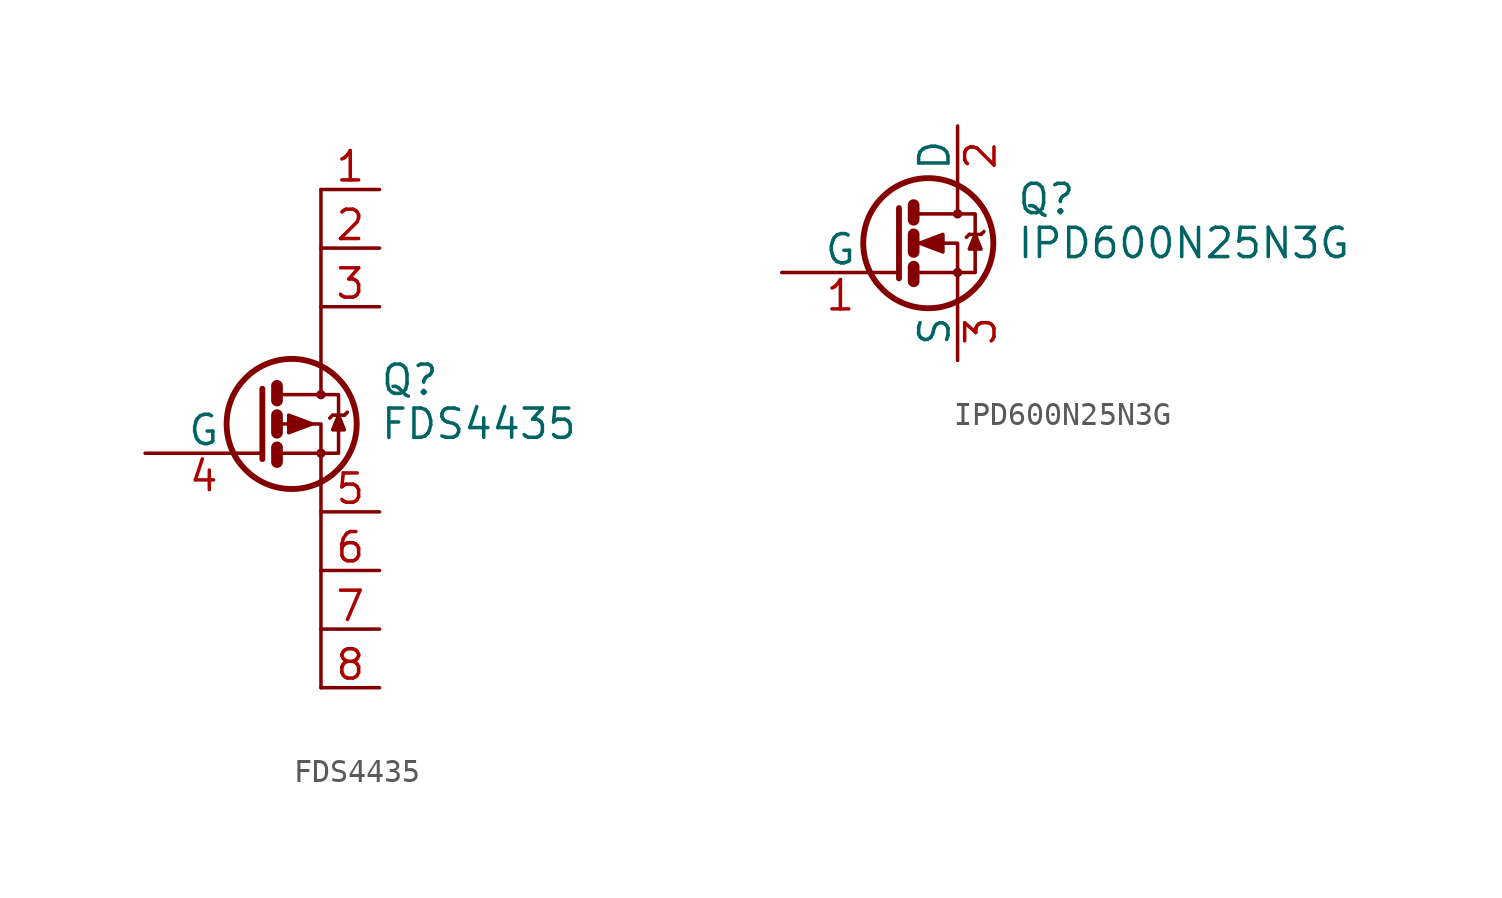
<source format=kicad_sym>
(kicad_symbol_lib
  (version 20211014)
  (generator kicad_symbol_editor)
  (symbol "FDS4435"
    (pin_names
      (offset 0))
    (property "Reference" "Q"
      (at 5.08 1.905 0)
      (effects (font (size 1.27 1.27)) (justify left)))
    (property "Value" "FDS4435"
      (at 5.08 0 0)
      (effects (font (size 1.27 1.27)) (justify left)))
    (symbol "FDS4435_0_1"
      (polyline (pts (xy 0.635 -1.016) (xy 0.635 -1.651)) (stroke (width 0.508) (type default) (color 0 0 0 0)) (fill (type none)))
      (polyline (pts (xy 0.635 0.381) (xy 0.635 -0.381)) (stroke (width 0.508) (type default) (color 0 0 0 0)) (fill (type none)))
      (polyline (pts (xy 0.635 1.651) (xy 0.635 1.016)) (stroke (width 0.508) (type default) (color 0 0 0 0)) (fill (type none)))
      (polyline (pts (xy 2.54 -11.43) (xy 2.54 -2.54)) (stroke (width 0) (type default) (color 0 0 0 0)) (fill (type none)))
      (polyline (pts (xy 2.54 10.16) (xy 2.54 2.54)) (stroke (width 0) (type default) (color 0 0 0 0)) (fill (type none)))
      (polyline (pts (xy 3.048 0.381) (xy 2.921 0.254)) (stroke (width 0) (type default) (color 0 0 0 0)) (fill (type none)))
      (polyline (pts (xy 3.048 0.381) (xy 3.556 0.381)) (stroke (width 0) (type default) (color 0 0 0 0)) (fill (type none)))
      (polyline (pts (xy 3.556 0.381) (xy 3.683 0.508)) (stroke (width 0) (type default) (color 0 0 0 0)) (fill (type none)))
      (polyline (pts (xy 0 1.524) (xy 0 -1.524) (xy 0 -1.524)) (stroke (width 0.254) (type default) (color 0 0 0 0)) (fill (type none)))
      (polyline (pts (xy 0.762 -1.27) (xy 2.54 -1.27) (xy 2.54 -2.54) (xy 2.54 -2.54)) (stroke (width 0) (type default) (color 0 0 0 0)) (fill (type none)))
      (polyline (pts (xy 0.762 1.27) (xy 2.54 1.27) (xy 2.54 2.54) (xy 2.54 2.54)) (stroke (width 0) (type default) (color 0 0 0 0)) (fill (type none)))
      (polyline (pts (xy 2.54 1.27) (xy 3.302 1.27) (xy 3.302 -1.27) (xy 2.54 -1.27)) (stroke (width 0) (type default) (color 0 0 0 0)) (fill (type none)))
      (polyline (pts (xy 3.302 0.381) (xy 3.048 -0.254) (xy 3.556 -0.254) (xy 3.302 0.381)) (stroke (width 0) (type default) (color 0 0 0 0)) (fill (type outline)))
      (polyline (pts (xy 0.762 0) (xy 1.27 0) (xy 2.54 0) (xy 2.54 -1.27) (xy 2.54 -1.27)) (stroke (width 0) (type default) (color 0 0 0 0)) (fill (type none)))
      (polyline (pts (xy 2.159 0) (xy 1.143 -0.381) (xy 1.143 0.381) (xy 2.159 0) (xy 2.032 0) (xy 2.032 0)) (stroke (width 0) (type default) (color 0 0 0 0)) (fill (type outline)))
      (circle (center 1.27 0) (radius 2.819) (stroke (width 0.254) (type default) (color 0 0 0 0)) (fill (type none)))
      (circle (center 2.54 -1.27) (radius 0.127) (stroke (width 0) (type default) (color 0 0 0 0)) (fill (type none)))
      (circle (center 2.54 1.27) (radius 0.127) (stroke (width 0) (type default) (color 0 0 0 0)) (fill (type none))))
    (symbol "FDS4435_1_1"
      (pin passive line (at 5.08 10.16 180) (length 2.54) (name "~" (effects (font (size 1.27 1.27)))) (number "1" (effects (font (size 1.27 1.27)))))
      (pin passive line (at 5.08 7.62 180) (length 2.54) (name "~" (effects (font (size 1.27 1.27)))) (number "2" (effects (font (size 1.27 1.27)))))
      (pin passive line (at 5.08 5.08 180) (length 2.54) (name "~" (effects (font (size 1.27 1.27)))) (number "3" (effects (font (size 1.27 1.27)))))
      (pin passive line (at -5.08 -1.27 0) (length 5.08) (name "G" (effects (font (size 1.27 1.27)))) (number "4" (effects (font (size 1.27 1.27)))))
      (pin passive line (at 5.08 -3.81 180) (length 2.54) (name "~" (effects (font (size 1.27 1.27)))) (number "5" (effects (font (size 1.27 1.27)))))
      (pin passive line (at 5.08 -6.35 180) (length 2.54) (name "~" (effects (font (size 1.27 1.27)))) (number "6" (effects (font (size 1.27 1.27)))))
      (pin passive line (at 5.08 -8.89 180) (length 2.54) (name "~" (effects (font (size 1.27 1.27)))) (number "7" (effects (font (size 1.27 1.27)))))
      (pin passive line (at 5.08 -11.43 180) (length 2.54) (name "~" (effects (font (size 1.27 1.27)))) (number "8" (effects (font (size 1.27 1.27)))))))
  (symbol "IPD600N25N3G"
    (pin_names
      (offset 0))
    (property "Reference" "Q"
      (at 5.08 1.905 0)
      (effects (font (size 1.27 1.27)) (justify left)))
    (property "Value" "IPD600N25N3G"
      (at 5.08 0 0)
      (effects (font (size 1.27 1.27)) (justify left)))
    (symbol "IPD600N25N3G_0_1"
      (polyline (pts (xy 0.635 -1.016) (xy 0.635 -1.651)) (stroke (width 0.508) (type default) (color 0 0 0 0)) (fill (type none)))
      (polyline (pts (xy 0.635 0.381) (xy 0.635 -0.381)) (stroke (width 0.508) (type default) (color 0 0 0 0)) (fill (type none)))
      (polyline (pts (xy 0.635 1.651) (xy 0.635 1.016)) (stroke (width 0.508) (type default) (color 0 0 0 0)) (fill (type none)))
      (polyline (pts (xy 3.048 0.381) (xy 2.921 0.254)) (stroke (width 0) (type default) (color 0 0 0 0)) (fill (type none)))
      (polyline (pts (xy 3.048 0.381) (xy 3.556 0.381)) (stroke (width 0) (type default) (color 0 0 0 0)) (fill (type none)))
      (polyline (pts (xy 3.556 0.381) (xy 3.683 0.508)) (stroke (width 0) (type default) (color 0 0 0 0)) (fill (type none)))
      (polyline (pts (xy 0 1.524) (xy 0 -1.524) (xy 0 -1.524)) (stroke (width 0.254) (type default) (color 0 0 0 0)) (fill (type none)))
      (polyline (pts (xy 0.762 -1.27) (xy 2.54 -1.27) (xy 2.54 -2.54) (xy 2.54 -2.54)) (stroke (width 0) (type default) (color 0 0 0 0)) (fill (type none)))
      (polyline (pts (xy 0.762 1.27) (xy 2.54 1.27) (xy 2.54 2.54) (xy 2.54 2.54)) (stroke (width 0) (type default) (color 0 0 0 0)) (fill (type none)))
      (polyline (pts (xy 2.54 1.27) (xy 3.302 1.27) (xy 3.302 -1.27) (xy 2.54 -1.27)) (stroke (width 0) (type default) (color 0 0 0 0)) (fill (type none)))
      (polyline (pts (xy 3.302 0.381) (xy 3.048 -0.254) (xy 3.556 -0.254) (xy 3.302 0.381)) (stroke (width 0) (type default) (color 0 0 0 0)) (fill (type outline)))
      (polyline (pts (xy 0.762 0) (xy 1.27 0) (xy 2.54 0) (xy 2.54 -1.27) (xy 2.54 -1.27)) (stroke (width 0) (type default) (color 0 0 0 0)) (fill (type none)))
      (polyline (pts (xy 0.889 0) (xy 1.905 0.381) (xy 1.905 -0.381) (xy 0.889 0) (xy 1.016 0) (xy 1.016 0)) (stroke (width 0) (type default) (color 0 0 0 0)) (fill (type outline)))
      (circle (center 1.27 0) (radius 2.819) (stroke (width 0.254) (type default) (color 0 0 0 0)) (fill (type none)))
      (circle (center 2.54 -1.27) (radius 0.127) (stroke (width 0) (type default) (color 0 0 0 0)) (fill (type none)))
      (circle (center 2.54 1.27) (radius 0.127) (stroke (width 0) (type default) (color 0 0 0 0)) (fill (type none))))
    (symbol "IPD600N25N3G_1_1"
      (pin passive line (at -5.08 -1.27 0) (length 5.08) (name "G" (effects (font (size 1.27 1.27)))) (number "1" (effects (font (size 1.27 1.27)))))
      (pin passive line (at 2.54 5.08 270) (length 2.54) (name "D" (effects (font (size 1.27 1.27)))) (number "2" (effects (font (size 1.27 1.27)))))
      (pin passive line (at 2.54 -5.08 90) (length 2.54) (name "S" (effects (font (size 1.27 1.27)))) (number "3" (effects (font (size 1.27 1.27))))))))
</source>
